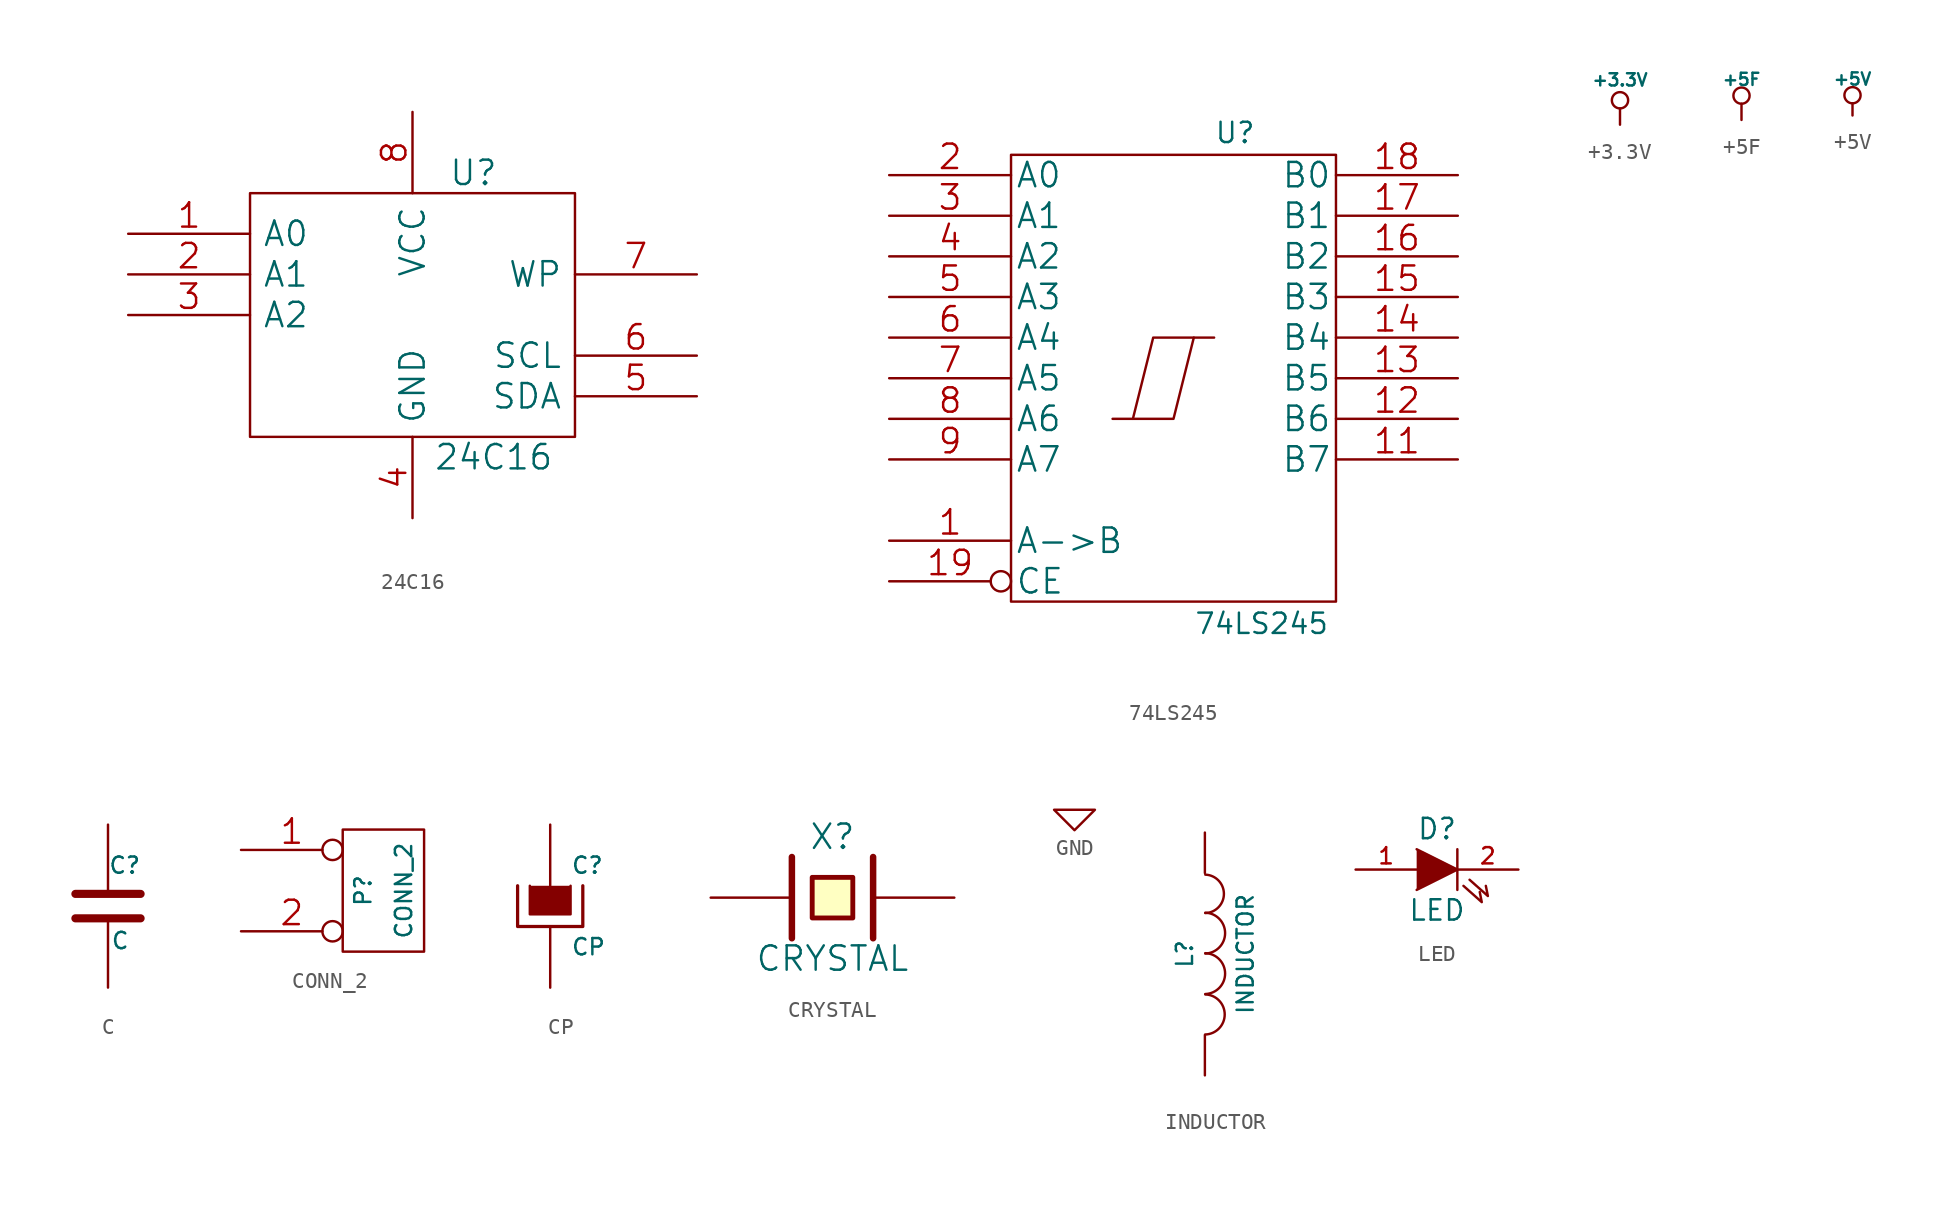
<source format=kicad_sym>
(kicad_symbol_lib
  (version 20231120)
  (generator "kicad_symbol_editor")
  (generator_version "8.0")
  (symbol "24C16"
    (pin_names
      (offset 0.762))
    (property "Reference" "U"
      (at 3.81 8.89 0)
      (effects (font (size 1.524 1.524))))
    (property "Value" "24C16"
      (at 5.08 -8.89 0)
      (effects (font (size 1.524 1.524))))
    (property "Footprint" ""
      (at 0 0 0)
      (effects (font (size 1.524 1.524))))
    (property "Datasheet" ""
      (at 0 0 0)
      (effects (font (size 1.524 1.524))))
    (symbol "24C16_0_0"
      (pin power_in line (at 0 -12.7 90) (length 5.08) (name "GND" (effects (font (size 1.524 1.524)))) (number "4" (effects (font (size 1.524 1.524)))))
      (pin power_in line (at 0 12.7 270) (length 5.08) (name "VCC" (effects (font (size 1.524 1.524)))) (number "8" (effects (font (size 1.524 1.524))))))
    (symbol "24C16_1_1"
      (rectangle (start -10.16 -7.62) (end 10.16 7.62) (stroke (width 0) (type default)) (fill (type none)))
      (pin input line (at -17.78 5.08 0) (length 7.62) (name "A0" (effects (font (size 1.524 1.524)))) (number "1" (effects (font (size 1.524 1.524)))))
      (pin input line (at -17.78 2.54 0) (length 7.62) (name "A1" (effects (font (size 1.524 1.524)))) (number "2" (effects (font (size 1.524 1.524)))))
      (pin input line (at -17.78 0 0) (length 7.62) (name "A2" (effects (font (size 1.524 1.524)))) (number "3" (effects (font (size 1.524 1.524)))))
      (pin bidirectional line (at 17.78 -5.08 180) (length 7.62) (name "SDA" (effects (font (size 1.524 1.524)))) (number "5" (effects (font (size 1.524 1.524)))))
      (pin input line (at 17.78 -2.54 180) (length 7.62) (name "SCL" (effects (font (size 1.524 1.524)))) (number "6" (effects (font (size 1.524 1.524)))))
      (pin input line (at 17.78 2.54 180) (length 7.62) (name "WP" (effects (font (size 1.524 1.524)))) (number "7" (effects (font (size 1.524 1.524)))))))
  (symbol "74LS245"
    (pin_names
      (offset 0.254))
    (property "Reference" "U"
      (at 2.54 14.605 0)
      (effects (font (size 1.27 1.27)) (justify left bottom)))
    (property "Value" "74LS245"
      (at 1.27 -14.605 0)
      (effects (font (size 1.27 1.27)) (justify left top)))
    (property "Footprint" ""
      (at 1.27 -16.51 0)
      (effects (font (size 0.762 0.762)) (justify left)))
    (property "Datasheet" ""
      (at 2.54 14.605 0)
      (effects (font (size 0.762 0.762))))
    (symbol "74LS245_0_0"
      (pin power_in line (at 0 -13.97 90) (length 0) hide (name "GND" (effects (font (size 0.762 0.762)))) (number "10" (effects (font (size 0.762 0.762)))))
      (pin power_in line (at 0 13.97 270) (length 0) hide (name "VCC" (effects (font (size 0.762 0.762)))) (number "20" (effects (font (size 0.762 0.762))))))
    (symbol "74LS245_0_1"
      (rectangle (start -10.16 13.97) (end 10.16 -13.97) (stroke (width 0) (type default)) (fill (type none)))
      (polyline (pts (xy 1.27 2.54) (xy 0 -2.54) (xy -2.54 -2.54)) (stroke (width 0) (type default)) (fill (type none)))
      (polyline (pts (xy 2.54 2.54) (xy -1.27 2.54) (xy -2.54 -2.54) (xy -3.81 -2.54)) (stroke (width 0) (type default)) (fill (type none))))
    (symbol "74LS245_1_1"
      (pin input line (at -17.78 -10.16 0) (length 7.62) (name "A->B" (effects (font (size 1.524 1.524)))) (number "1" (effects (font (size 1.524 1.524)))))
      (pin tri_state line (at 17.78 -5.08 180) (length 7.62) (name "B7" (effects (font (size 1.524 1.524)))) (number "11" (effects (font (size 1.524 1.524)))))
      (pin tri_state line (at 17.78 -2.54 180) (length 7.62) (name "B6" (effects (font (size 1.524 1.524)))) (number "12" (effects (font (size 1.524 1.524)))))
      (pin tri_state line (at 17.78 0 180) (length 7.62) (name "B5" (effects (font (size 1.524 1.524)))) (number "13" (effects (font (size 1.524 1.524)))))
      (pin tri_state line (at 17.78 2.54 180) (length 7.62) (name "B4" (effects (font (size 1.524 1.524)))) (number "14" (effects (font (size 1.524 1.524)))))
      (pin tri_state line (at 17.78 5.08 180) (length 7.62) (name "B3" (effects (font (size 1.524 1.524)))) (number "15" (effects (font (size 1.524 1.524)))))
      (pin tri_state line (at 17.78 7.62 180) (length 7.62) (name "B2" (effects (font (size 1.524 1.524)))) (number "16" (effects (font (size 1.524 1.524)))))
      (pin tri_state line (at 17.78 10.16 180) (length 7.62) (name "B1" (effects (font (size 1.524 1.524)))) (number "17" (effects (font (size 1.524 1.524)))))
      (pin tri_state line (at 17.78 12.7 180) (length 7.62) (name "B0" (effects (font (size 1.524 1.524)))) (number "18" (effects (font (size 1.524 1.524)))))
      (pin input inverted (at -17.78 -12.7 0) (length 7.62) (name "CE" (effects (font (size 1.524 1.524)))) (number "19" (effects (font (size 1.524 1.524)))))
      (pin tri_state line (at -17.78 12.7 0) (length 7.62) (name "A0" (effects (font (size 1.524 1.524)))) (number "2" (effects (font (size 1.524 1.524)))))
      (pin tri_state line (at -17.78 10.16 0) (length 7.62) (name "A1" (effects (font (size 1.524 1.524)))) (number "3" (effects (font (size 1.524 1.524)))))
      (pin tri_state line (at -17.78 7.62 0) (length 7.62) (name "A2" (effects (font (size 1.524 1.524)))) (number "4" (effects (font (size 1.524 1.524)))))
      (pin tri_state line (at -17.78 5.08 0) (length 7.62) (name "A3" (effects (font (size 1.524 1.524)))) (number "5" (effects (font (size 1.524 1.524)))))
      (pin tri_state line (at -17.78 2.54 0) (length 7.62) (name "A4" (effects (font (size 1.524 1.524)))) (number "6" (effects (font (size 1.524 1.524)))))
      (pin tri_state line (at -17.78 0 0) (length 7.62) (name "A5" (effects (font (size 1.524 1.524)))) (number "7" (effects (font (size 1.524 1.524)))))
      (pin tri_state line (at -17.78 -2.54 0) (length 7.62) (name "A6" (effects (font (size 1.524 1.524)))) (number "8" (effects (font (size 1.524 1.524)))))
      (pin tri_state line (at -17.78 -5.08 0) (length 7.62) (name "A7" (effects (font (size 1.524 1.524)))) (number "9" (effects (font (size 1.524 1.524)))))))
  (symbol "+3.3V"
    (power)
    (pin_names
      (offset 0))
    (property "Reference" "#PWR"
      (at 0 -1.016 0)
      (effects (font (size 0.762 0.762)) (hide yes)))
    (property "Value" "+3.3V"
      (at 0 2.794 0)
      (effects (font (size 0.762 0.762))))
    (property "Footprint" ""
      (at 0 0 0)
      (effects (font (size 1.524 1.524))))
    (property "Datasheet" ""
      (at 0 0 0)
      (effects (font (size 1.524 1.524))))
    (symbol "+3.3V_0_0"
      (pin power_in line (at 0 0 90) (length 0) hide (name "+3.3V" (effects (font (size 0.762 0.762)))) (number "1" (effects (font (size 0.762 0.762))))))
    (symbol "+3.3V_0_1"
      (polyline (pts (xy 0 0) (xy 0 1.016) (xy 0 1.016)) (stroke (width 0) (type default)) (fill (type none)))
      (circle (center 0 1.524) (radius 0.508) (stroke (width 0) (type default)) (fill (type none)))))
  (symbol "+5F"
    (power)
    (pin_names
      (offset 0))
    (property "Reference" "#PWR"
      (at 0 -1.27 0)
      (effects (font (size 0.508 0.508)) (hide yes)))
    (property "Value" "+5F"
      (at 0 2.54 0)
      (effects (font (size 0.762 0.762))))
    (property "Footprint" ""
      (at 0 0 0)
      (effects (font (size 1.524 1.524))))
    (property "Datasheet" ""
      (at 0 0 0)
      (effects (font (size 1.524 1.524))))
    (symbol "+5F_0_0"
      (pin power_in line (at 0 0 90) (length 0) hide (name "+5F" (effects (font (size 0.762 0.762)))) (number "1" (effects (font (size 0.508 0.508))))))
    (symbol "+5F_0_1"
      (polyline (pts (xy 0 0) (xy 0 1.016) (xy 0 1.016)) (stroke (width 0) (type default)) (fill (type none)))
      (circle (center 0 1.524) (radius 0.508) (stroke (width 0) (type default)) (fill (type none)))))
  (symbol "+5V"
    (power)
    (pin_names
      (offset 0))
    (property "Reference" "#PWR"
      (at 0 2.286 0)
      (effects (font (size 0.508 0.508)) (hide yes)))
    (property "Value" "+5V"
      (at 0 2.286 0)
      (effects (font (size 0.762 0.762))))
    (property "Footprint" ""
      (at 0 0 0)
      (effects (font (size 1.524 1.524))))
    (property "Datasheet" ""
      (at 0 0 0)
      (effects (font (size 1.524 1.524))))
    (symbol "+5V_0_0"
      (pin power_in line (at 0 0 90) (length 0) hide (name "+5V" (effects (font (size 0.508 0.508)))) (number "1" (effects (font (size 0.508 0.508))))))
    (symbol "+5V_0_1"
      (polyline (pts (xy 0 0) (xy 0 0.762) (xy 0 0.762) (xy 0 0.762)) (stroke (width 0) (type default)) (fill (type none)))
      (circle (center 0 1.27) (radius 0.508) (stroke (width 0) (type default)) (fill (type none)))))
  (symbol "C"
    (pin_numbers hide)
    (pin_names
      (offset 0.254))
    (property "Reference" "C"
      (at 0 2.54 0)
      (effects (font (size 1.016 1.016)) (justify left)))
    (property "Value" "C"
      (at 0.152 -2.159 0)
      (effects (font (size 1.016 1.016)) (justify left)))
    (property "Footprint" ""
      (at 0.965 -3.81 0)
      (effects (font (size 0.762 0.762))))
    (property "Datasheet" ""
      (at 0 2.54 0)
      (effects (font (size 0.762 0.762))))
    (symbol "C_0_1"
      (polyline (pts (xy -2.032 -0.762) (xy 2.032 -0.762)) (stroke (width 0.508) (type default)) (fill (type none)))
      (polyline (pts (xy -2.032 0.762) (xy 2.032 0.762)) (stroke (width 0.508) (type default)) (fill (type none))))
    (symbol "C_1_1"
      (pin passive line (at 0 5.08 270) (length 4.318) (name "~" (effects (font (size 1.016 1.016)))) (number "1" (effects (font (size 1.016 1.016)))))
      (pin passive line (at 0 -5.08 90) (length 4.318) (name "~" (effects (font (size 1.016 1.016)))) (number "2" (effects (font (size 1.016 1.016)))))))
  (symbol "CONN_2"
    (pin_names
      (offset 1.016) hide)
    (property "Reference" "P"
      (at -1.27 0 90)
      (effects (font (size 1.016 1.016))))
    (property "Value" "CONN_2"
      (at 1.27 0 90)
      (effects (font (size 1.016 1.016))))
    (property "Footprint" ""
      (at 0 0 0)
      (effects (font (size 1.524 1.524))))
    (property "Datasheet" ""
      (at 0 0 0)
      (effects (font (size 1.524 1.524))))
    (symbol "CONN_2_0_1"
      (rectangle (start -2.54 3.81) (end 2.54 -3.81) (stroke (width 0) (type default)) (fill (type none))))
    (symbol "CONN_2_1_1"
      (pin passive inverted (at -8.89 2.54 0) (length 6.35) (name "P1" (effects (font (size 1.524 1.524)))) (number "1" (effects (font (size 1.524 1.524)))))
      (pin passive inverted (at -8.89 -2.54 0) (length 6.35) (name "PM" (effects (font (size 1.524 1.524)))) (number "2" (effects (font (size 1.524 1.524)))))))
  (symbol "CP"
    (pin_numbers hide)
    (pin_names
      (offset 0.254) hide)
    (property "Reference" "C"
      (at 1.27 2.54 0)
      (effects (font (size 1.016 1.016)) (justify left)))
    (property "Value" "CP"
      (at 1.27 -2.54 0)
      (effects (font (size 1.016 1.016)) (justify left)))
    (property "Footprint" ""
      (at 2.54 -3.81 0)
      (effects (font (size 0.762 0.762))))
    (property "Datasheet" ""
      (at 1.27 2.54 0)
      (effects (font (size 0.762 0.762))))
    (symbol "CP_0_1"
      (polyline (pts (xy -2.032 1.27) (xy -2.032 -1.27) (xy 2.032 -1.27) (xy 2.032 1.27)) (stroke (width 0.203) (type default)) (fill (type none)))
      (polyline (pts (xy -1.27 1.27) (xy -1.27 -0.508) (xy 1.27 -0.508) (xy 1.27 1.27)) (stroke (width 0) (type default)) (fill (type outline))))
    (symbol "CP_1_1"
      (pin passive line (at 0 5.08 270) (length 3.81) (name "~" (effects (font (size 1.016 1.016)))) (number "1" (effects (font (size 1.016 1.016)))))
      (pin passive line (at 0 -5.08 90) (length 3.81) (name "~" (effects (font (size 1.016 1.016)))) (number "2" (effects (font (size 1.016 1.016)))))))
  (symbol "CRYSTAL"
    (pin_numbers hide)
    (pin_names
      (offset 1.016) hide)
    (property "Reference" "X"
      (at 0 3.81 0)
      (effects (font (size 1.524 1.524))))
    (property "Value" "CRYSTAL"
      (at 0 -3.81 0)
      (effects (font (size 1.524 1.524))))
    (property "Footprint" ""
      (at 0 0 0)
      (effects (font (size 1.524 1.524))))
    (property "Datasheet" ""
      (at 0 0 0)
      (effects (font (size 1.524 1.524))))
    (symbol "CRYSTAL_0_1"
      (polyline (pts (xy -2.54 2.54) (xy -2.54 -2.54)) (stroke (width 0.406) (type default)) (fill (type none)))
      (polyline (pts (xy 2.54 2.54) (xy 2.54 -2.54)) (stroke (width 0.406) (type default)) (fill (type none)))
      (polyline (pts (xy -1.27 1.27) (xy 1.27 1.27) (xy 1.27 -1.27) (xy -1.27 -1.27) (xy -1.27 1.27)) (stroke (width 0.305) (type default)) (fill (type background))))
    (symbol "CRYSTAL_1_1"
      (pin passive line (at -7.62 0 0) (length 5.08) (name "1" (effects (font (size 1.016 1.016)))) (number "1" (effects (font (size 1.016 1.016)))))
      (pin passive line (at 7.62 0 180) (length 5.08) (name "2" (effects (font (size 1.016 1.016)))) (number "2" (effects (font (size 1.016 1.016)))))))
  (symbol "GND"
    (power)
    (pin_names
      (offset 0))
    (property "Reference" "#PWR"
      (at 0 0 0)
      (effects (font (size 0.762 0.762)) (hide yes)))
    (property "Footprint" ""
      (at 0 0 0)
      (effects (font (size 1.524 1.524))))
    (property "Datasheet" ""
      (at 0 0 0)
      (effects (font (size 1.524 1.524))))
    (symbol "GND_0_1"
      (polyline (pts (xy -1.27 0) (xy 0 -1.27) (xy 1.27 0) (xy -1.27 0)) (stroke (width 0) (type default)) (fill (type none))))
    (symbol "GND_1_1"
      (pin power_in line (at 0 0 90) (length 0) hide (name "GND" (effects (font (size 0.762 0.762)))) (number "1" (effects (font (size 0.762 0.762)))))))
  (symbol "INDUCTOR"
    (pin_numbers hide)
    (pin_names
      (offset 1.016) hide)
    (property "Reference" "L"
      (at -1.27 0 90)
      (effects (font (size 1.016 1.016))))
    (property "Value" "INDUCTOR"
      (at 2.54 0 90)
      (effects (font (size 1.016 1.016))))
    (property "Footprint" ""
      (at 0 0 0)
      (effects (font (size 1.524 1.524))))
    (property "Datasheet" ""
      (at 0 0 0)
      (effects (font (size 1.524 1.524))))
    (symbol "INDUCTOR_0_1"
      (arc (start 0.0254 -5.0546) (mid 1.245 -3.7973) (end 0.0254 -2.54) (stroke (width 0) (type default)) (fill (type none)))
      (arc (start 0.0254 -2.5146) (mid 1.2704 -1.2319) (end 0.0254 0.0508) (stroke (width 0) (type default)) (fill (type none)))
      (arc (start 0.0254 0.0254) (mid 1.2704 1.3081) (end 0.0254 2.5908) (stroke (width 0) (type default)) (fill (type none)))
      (arc (start 0.0254 2.5654) (mid 1.1942 3.7719) (end 0.0254 4.9784) (stroke (width 0) (type default)) (fill (type none))))
    (symbol "INDUCTOR_1_1"
      (pin passive line (at 0 7.62 270) (length 2.54) (name "1" (effects (font (size 1.778 1.778)))) (number "1" (effects (font (size 1.778 1.778)))))
      (pin passive line (at 0 -7.62 90) (length 2.54) (name "2" (effects (font (size 1.778 1.778)))) (number "2" (effects (font (size 1.778 1.778)))))))
  (symbol "LED"
    (pin_names
      (offset 1.016) hide)
    (property "Reference" "D"
      (at 0 2.54 0)
      (effects (font (size 1.27 1.27))))
    (property "Value" "LED"
      (at 0 -2.54 0)
      (effects (font (size 1.27 1.27))))
    (property "Footprint" ""
      (at 0 0 0)
      (effects (font (size 1.524 1.524))))
    (property "Datasheet" ""
      (at 0 0 0)
      (effects (font (size 1.524 1.524))))
    (symbol "LED_0_1"
      (polyline (pts (xy 1.27 1.27) (xy 1.27 -1.27)) (stroke (width 0) (type default)) (fill (type none)))
      (polyline (pts (xy -1.27 1.27) (xy 1.27 0) (xy -1.27 -1.27)) (stroke (width 0) (type default)) (fill (type outline)))
      (polyline (pts (xy 1.651 -1.016) (xy 2.794 -2.032) (xy 2.667 -1.397)) (stroke (width 0) (type default)) (fill (type none)))
      (polyline (pts (xy 2.032 -0.635) (xy 3.175 -1.651) (xy 3.048 -1.016)) (stroke (width 0) (type default)) (fill (type none))))
    (symbol "LED_1_1"
      (pin passive line (at -5.08 0 0) (length 3.81) (name "A" (effects (font (size 1.016 1.016)))) (number "1" (effects (font (size 1.016 1.016)))))
      (pin passive line (at 5.08 0 180) (length 3.81) (name "K" (effects (font (size 1.016 1.016)))) (number "2" (effects (font (size 1.016 1.016))))))))
</source>
